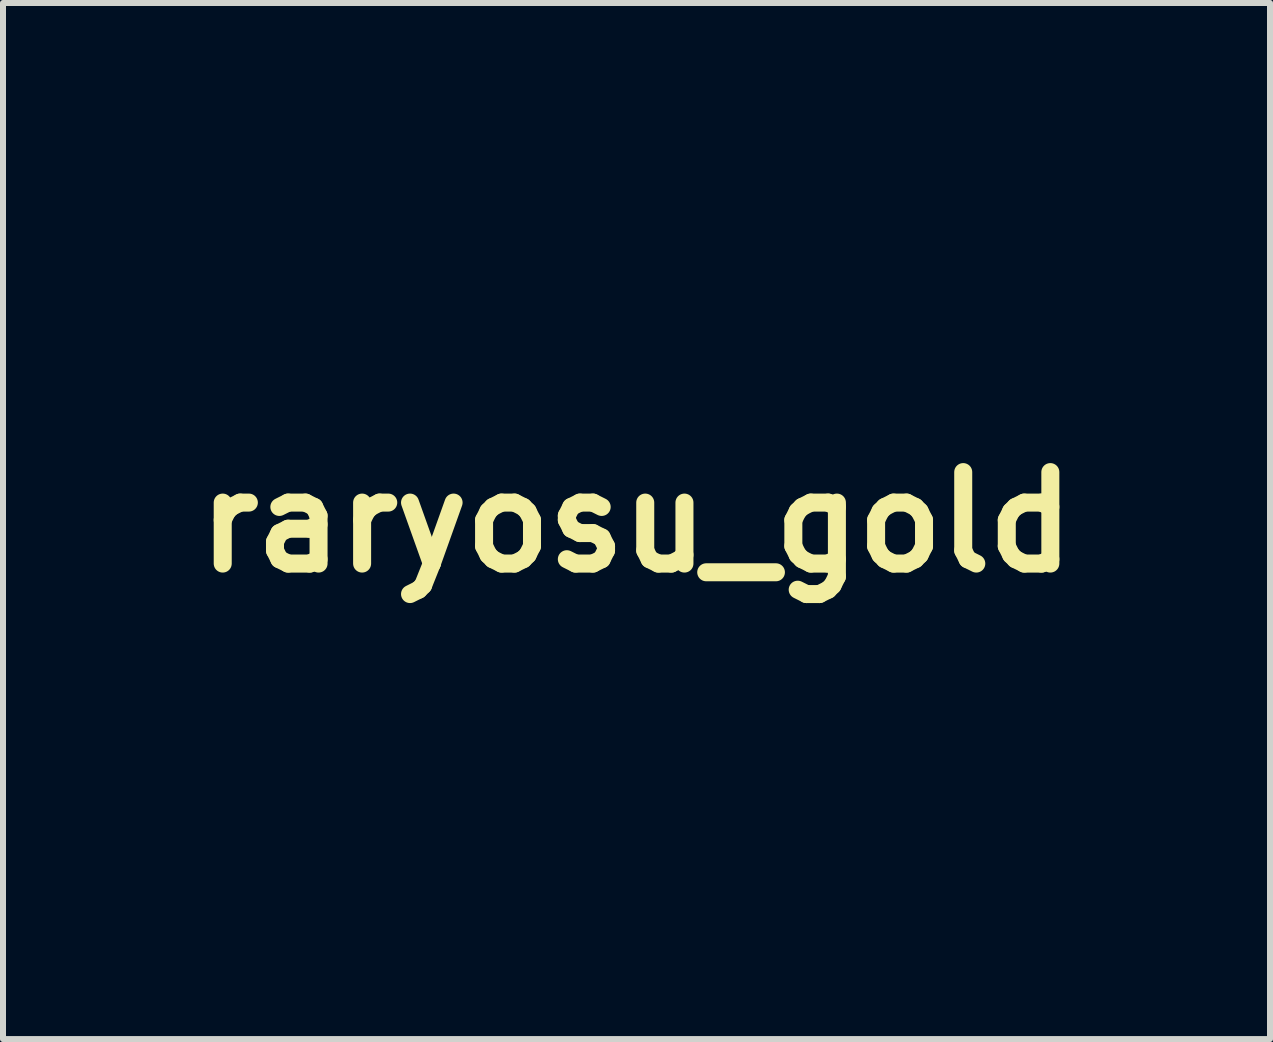
<source format=kicad_pcb>
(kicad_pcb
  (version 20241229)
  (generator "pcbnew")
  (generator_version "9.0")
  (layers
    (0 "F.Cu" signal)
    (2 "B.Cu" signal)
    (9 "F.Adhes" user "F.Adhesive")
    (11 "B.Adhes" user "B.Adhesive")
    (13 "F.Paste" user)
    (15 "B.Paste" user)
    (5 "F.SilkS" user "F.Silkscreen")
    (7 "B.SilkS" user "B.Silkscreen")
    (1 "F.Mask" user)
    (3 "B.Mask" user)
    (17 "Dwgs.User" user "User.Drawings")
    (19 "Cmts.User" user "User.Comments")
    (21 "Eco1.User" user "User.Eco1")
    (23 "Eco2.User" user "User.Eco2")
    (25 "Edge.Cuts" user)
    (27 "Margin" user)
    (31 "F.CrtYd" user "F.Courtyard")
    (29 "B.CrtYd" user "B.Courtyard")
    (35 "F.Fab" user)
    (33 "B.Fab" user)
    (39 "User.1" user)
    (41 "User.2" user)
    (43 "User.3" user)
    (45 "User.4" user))
  (footprint "raryosu_gold"
    (layer "F.Cu")
    (at 7.555 5.65)
    (property "Reference" "raryosu_gold" (at 0 0 0) (layer "F.SilkS") (effects (font (size 1.524 1.524) (thickness 0.3))))
    (attr through_hole)
    (fp_poly (pts (xy 1.714 1.137) (xy 1.898 1.157) (xy 2.107 1.188) (xy 2.327 1.228) (xy 2.549 1.274) (xy 2.759 1.323) (xy 2.946 1.374) (xy 3.098 1.423) (xy 3.189 1.461) (xy 3.3 1.527) (xy 3.375 1.603) (xy 3.41 1.657) (xy 3.452 1.755) (xy 3.498 1.893) (xy 3.545 2.059) (xy 3.588 2.237) (xy 3.624 2.412) (xy 3.649 2.571) (xy 3.657 2.646) (xy 3.664 2.785) (xy 3.657 2.905) (xy 3.631 3.016) (xy 3.582 3.128) (xy 3.506 3.252) (xy 3.4 3.396) (xy 3.259 3.568) (xy 3.17 3.68) (xy 3.115 3.759) (xy 3.09 3.814) (xy 3.09 3.85) (xy 3.11 3.951) (xy 3.122 4.08) (xy 3.125 4.215) (xy 3.118 4.333) (xy 3.108 4.389) (xy 3.036 4.56) (xy 2.921 4.718) (xy 2.812 4.817) (xy 2.745 4.863) (xy 2.64 4.927) (xy 2.51 5.003) (xy 2.367 5.083) (xy 2.314 5.112) (xy 1.933 5.317) (xy 1.51 5.319) (xy 1.087 5.321) (xy 0.875 5.44) (xy 0.755 5.504) (xy 0.659 5.541) (xy 0.568 5.554) (xy 0.463 5.546) (xy 0.325 5.519) (xy 0.306 5.515) (xy 0.208 5.494) (xy 0.133 5.484) (xy 0.062 5.488) (xy -0.026 5.504) (xy -0.137 5.531) (xy -0.333 5.572) (xy -0.531 5.597) (xy -0.714 5.606) (xy -0.866 5.596) (xy -0.917 5.587) (xy -1.002 5.563) (xy -1.115 5.527) (xy -1.228 5.489) (xy -1.362 5.447) (xy -1.511 5.411) (xy -1.619 5.392) (xy -1.768 5.361) (xy -1.892 5.308) (xy -2.004 5.224) (xy -2.118 5.101) (xy -2.183 5.016) (xy -2.267 4.909) (xy -2.354 4.806) (xy -2.429 4.727) (xy -2.445 4.713) (xy -2.48 4.682) (xy -2.516 4.652) (xy -2.557 4.62) (xy -2.61 4.582) (xy -2.68 4.533) (xy -2.694 4.524) (xy -1.197 4.524) (xy -1.185 4.634) (xy -1.145 4.71) (xy -1.112 4.742) (xy -1.071 4.768) (xy -1.015 4.789) (xy -0.938 4.807) (xy -0.834 4.823) (xy -0.696 4.838) (xy -0.518 4.853) (xy -0.294 4.869) (xy -0.15 4.878) (xy -0.086 4.875) (xy 0.006 4.862) (xy 0.055 4.852) (xy 0.203 4.793) (xy 0.334 4.689) (xy 0.438 4.551) (xy 0.496 4.415) (xy 0.52 4.286) (xy 0.504 4.185) (xy 0.443 4.1) (xy 0.386 4.053) (xy 0.341 4.025) (xy 0.288 4.007) (xy 0.213 3.999) (xy 0.103 3.997) (xy 0.033 3.997) (xy -0.107 4.003) (xy -0.269 4.014) (xy -0.44 4.031) (xy -0.609 4.051) (xy -0.762 4.072) (xy -0.889 4.095) (xy -0.976 4.115) (xy -0.997 4.124) (xy -1.076 4.186) (xy -1.138 4.284) (xy -1.179 4.402) (xy -1.197 4.524) (xy -2.694 4.524) (xy -2.774 4.471) (xy -2.896 4.389) (xy -3.054 4.286) (xy -3.252 4.156) (xy -3.278 4.14) (xy -3.494 3.991) (xy -3.693 3.84) (xy -3.867 3.693) (xy -4.009 3.557) (xy -4.113 3.436) (xy -4.163 3.359) (xy -4.203 3.253) (xy -4.21 3.146) (xy -4.182 3.025) (xy -4.172 3.003) (xy -2.822 3.003) (xy -2.794 3.082) (xy -2.711 3.153) (xy -2.572 3.216) (xy -2.486 3.244) (xy -2.384 3.273) (xy -2.247 3.314) (xy -2.092 3.359) (xy -1.947 3.403) (xy -1.563 3.511) (xy -1.224 3.592) (xy -0.932 3.646) (xy -0.79 3.665) (xy -0.636 3.677) (xy -0.449 3.685) (xy -0.244 3.69) (xy -0.034 3.692) (xy 0.168 3.69) (xy 0.348 3.684) (xy 0.493 3.675) (xy 0.55 3.668) (xy 0.746 3.634) (xy 0.959 3.586) (xy 1.18 3.528) (xy 1.399 3.462) (xy 1.604 3.392) (xy 1.784 3.322) (xy 1.93 3.255) (xy 2.028 3.196) (xy 2.129 3.091) (xy 2.184 2.96) (xy 2.194 2.796) (xy 2.191 2.758) (xy 2.146 2.56) (xy 2.055 2.392) (xy 1.916 2.251) (xy 1.727 2.136) (xy 1.709 2.127) (xy 1.6 2.082) (xy 1.514 2.064) (xy 1.426 2.071) (xy 1.351 2.089) (xy 1.235 2.141) (xy 1.152 2.216) (xy 1.107 2.305) (xy 1.104 2.397) (xy 1.147 2.481) (xy 1.185 2.516) (xy 1.252 2.584) (xy 1.266 2.645) (xy 1.227 2.696) (xy 1.192 2.713) (xy 1.139 2.728) (xy 1.041 2.75) (xy 0.91 2.777) (xy 0.758 2.805) (xy 0.663 2.822) (xy 0.49 2.854) (xy 0.318 2.888) (xy 0.162 2.921) (xy 0.039 2.95) (xy 0.001 2.96) (xy -0.139 2.996) (xy -0.257 3.016) (xy -0.363 3.016) (xy -0.468 2.994) (xy -0.583 2.948) (xy -0.717 2.874) (xy -0.882 2.771) (xy -0.966 2.716) (xy -1.221 2.56) (xy -1.453 2.446) (xy -1.671 2.37) (xy -1.884 2.329) (xy -1.979 2.321) (xy -2.124 2.318) (xy -2.246 2.326) (xy -2.322 2.34) (xy -2.417 2.393) (xy -2.52 2.483) (xy -2.622 2.599) (xy -2.712 2.726) (xy -2.781 2.852) (xy -2.818 2.963) (xy -2.822 3.003) (xy -4.172 3.003) (xy -4.118 2.877) (xy -4.094 2.832) (xy -3.895 2.517) (xy -3.656 2.238) (xy -3.38 2) (xy -3.072 1.807) (xy -3.053 1.797) (xy -2.754 1.659) (xy -2.446 1.547) (xy -2.142 1.465) (xy -1.854 1.416) (xy -1.643 1.402) (xy -1.573 1.403) (xy -1.514 1.407) (xy -1.456 1.417) (xy -1.391 1.438) (xy -1.31 1.472) (xy -1.204 1.522) (xy -1.064 1.592) (xy -0.916 1.667) (xy -0.711 1.771) (xy -0.547 1.849) (xy -0.415 1.902) (xy -0.306 1.931) (xy -0.21 1.937) (xy -0.119 1.92) (xy -0.024 1.882) (xy 0.085 1.822) (xy 0.201 1.752) (xy 0.466 1.59) (xy 0.69 1.457) (xy 0.88 1.352) (xy 1.04 1.27) (xy 1.178 1.21) (xy 1.298 1.168) (xy 1.407 1.143) (xy 1.51 1.131) (xy 1.566 1.13) (xy 1.714 1.137)) (stroke (width 0.01) (type solid)) (fill yes) (layer "F.Mask"))
    (fp_poly (pts (xy -2.71 -5.633) (xy -2.412 -5.597) (xy -2.371 -5.591) (xy -1.922 -5.494) (xy -1.521 -5.367) (xy -1.167 -5.209) (xy -0.86 -5.022) (xy -0.602 -4.804) (xy -0.391 -4.557) (xy -0.307 -4.428) (xy -0.249 -4.334) (xy -0.201 -4.274) (xy -0.149 -4.242) (xy -0.08 -4.236) (xy 0.019 -4.251) (xy 0.149 -4.279) (xy 0.317 -4.322) (xy 0.445 -4.368) (xy 0.546 -4.425) (xy 0.637 -4.502) (xy 0.732 -4.608) (xy 0.739 -4.618) (xy 0.935 -4.826) (xy 1.165 -5.02) (xy 1.415 -5.19) (xy 1.67 -5.327) (xy 1.876 -5.407) (xy 2.13 -5.464) (xy 2.391 -5.476) (xy 2.67 -5.441) (xy 2.705 -5.434) (xy 3.073 -5.335) (xy 3.426 -5.198) (xy 3.757 -5.028) (xy 4.059 -4.829) (xy 4.323 -4.607) (xy 4.542 -4.365) (xy 4.587 -4.304) (xy 4.711 -4.131) (xy 4.937 -4.101) (xy 5.113 -4.067) (xy 5.272 -4.016) (xy 5.322 -3.993) (xy 5.414 -3.943) (xy 5.484 -3.885) (xy 5.551 -3.803) (xy 5.605 -3.724) (xy 5.669 -3.632) (xy 5.728 -3.56) (xy 5.772 -3.521) (xy 5.779 -3.518) (xy 5.871 -3.495) (xy 5.994 -3.465) (xy 6.132 -3.433) (xy 6.272 -3.401) (xy 6.399 -3.374) (xy 6.498 -3.353) (xy 6.552 -3.343) (xy 6.643 -3.317) (xy 6.724 -3.275) (xy 6.726 -3.273) (xy 6.788 -3.198) (xy 6.839 -3.091) (xy 6.875 -2.965) (xy 6.894 -2.837) (xy 6.893 -2.721) (xy 6.87 -2.632) (xy 6.85 -2.605) (xy 6.79 -2.573) (xy 6.691 -2.559) (xy 6.549 -2.564) (xy 6.36 -2.586) (xy 6.122 -2.627) (xy 6.068 -2.638) (xy 5.909 -2.667) (xy 5.774 -2.688) (xy 5.644 -2.701) (xy 5.502 -2.708) (xy 5.332 -2.71) (xy 5.207 -2.709) (xy 5.042 -2.708) (xy 4.891 -2.709) (xy 4.766 -2.71) (xy 4.678 -2.713) (xy 4.645 -2.715) (xy 4.599 -2.715) (xy 4.563 -2.697) (xy 4.524 -2.651) (xy 4.472 -2.568) (xy 4.456 -2.541) (xy 4.337 -2.357) (xy 4.215 -2.205) (xy 4.095 -2.093) (xy 3.996 -2.031) (xy 3.863 -1.988) (xy 3.686 -1.949) (xy 3.474 -1.916) (xy 3.24 -1.89) (xy 2.995 -1.871) (xy 2.749 -1.86) (xy 2.514 -1.857) (xy 2.302 -1.864) (xy 2.123 -1.882) (xy 2.025 -1.9) (xy 1.787 -1.981) (xy 1.543 -2.107) (xy 1.303 -2.267) (xy 1.08 -2.454) (xy 0.886 -2.659) (xy 0.741 -2.857) (xy 0.641 -3.02) (xy 0.455 -3.02) (xy 0.271 -3.011) (xy 0.087 -2.989) (xy -0.087 -2.955) (xy -0.238 -2.912) (xy -0.356 -2.864) (xy -0.424 -2.816) (xy -0.473 -2.745) (xy -0.509 -2.659) (xy -0.528 -2.578) (xy -0.523 -2.519) (xy -0.516 -2.509) (xy -0.478 -2.496) (xy -0.395 -2.495) (xy -0.263 -2.504) (xy -0.166 -2.513) (xy 0.031 -2.529) (xy 0.184 -2.528) (xy 0.303 -2.509) (xy 0.398 -2.47) (xy 0.453 -2.431) (xy 0.506 -2.354) (xy 0.53 -2.234) (xy 0.527 -2.078) (xy 0.496 -1.892) (xy 0.483 -1.84) (xy 0.457 -1.727) (xy 0.44 -1.614) (xy 0.429 -1.485) (xy 0.424 -1.325) (xy 0.423 -1.19) (xy 0.423 -1.033) (xy 0.42 -0.912) (xy 0.412 -0.811) (xy 0.398 -0.716) (xy 0.374 -0.611) (xy 0.339 -0.481) (xy 0.293 -0.321) (xy 0.241 -0.139) (xy 0.204 0.006) (xy 0.178 0.131) (xy 0.161 0.252) (xy 0.149 0.387) (xy 0.142 0.508) (xy 0.134 0.652) (xy 0.124 0.778) (xy 0.114 0.873) (xy 0.105 0.927) (xy 0.103 0.932) (xy 0.05 0.994) (xy -0.046 1.036) (xy -0.19 1.061) (xy -0.254 1.065) (xy -0.375 1.069) (xy -0.461 1.061) (xy -0.535 1.038) (xy -0.593 1.011) (xy -0.698 0.938) (xy -0.771 0.839) (xy -0.782 0.818) (xy -0.831 0.685) (xy -0.872 0.501) (xy -0.904 0.273) (xy -0.927 0.007) (xy -0.941 -0.292) (xy -0.944 -0.494) (xy -0.945 -1.03) (xy -0.822 -1.227) (xy -0.725 -1.399) (xy -0.651 -1.566) (xy -0.606 -1.715) (xy -0.593 -1.818) (xy -0.608 -1.912) (xy -0.648 -2.011) (xy -0.701 -2.093) (xy -0.738 -2.127) (xy -0.774 -2.133) (xy -0.835 -2.121) (xy -0.929 -2.087) (xy -1.065 -2.029) (xy -1.08 -2.023) (xy -1.323 -1.927) (xy -1.582 -1.848) (xy -1.697 -1.82) (xy -1.829 -1.787) (xy -1.998 -1.74) (xy -2.19 -1.683) (xy -2.389 -1.621) (xy -2.568 -1.562) (xy -2.771 -1.494) (xy -2.932 -1.443) (xy -3.061 -1.407) (xy -3.167 -1.383) (xy -3.263 -1.369) (xy -3.352 -1.361) (xy -3.472 -1.356) (xy -3.558 -1.36) (xy -3.63 -1.376) (xy -3.71 -1.41) (xy -3.761 -1.435) (xy -3.943 -1.541) (xy -4.114 -1.671) (xy -4.269 -1.817) (xy -4.399 -1.97) (xy -4.497 -2.123) (xy -4.557 -2.267) (xy -4.572 -2.367) (xy -4.58 -2.424) (xy -4.598 -2.504) (xy -4.602 -2.519) (xy -4.628 -2.589) (xy -4.663 -2.619) (xy -4.708 -2.625) (xy -4.801 -2.606) (xy -4.883 -2.545) (xy -4.964 -2.436) (xy -4.982 -2.406) (xy -5.088 -2.253) (xy -5.219 -2.108) (xy -5.361 -1.989) (xy -5.458 -1.928) (xy -5.595 -1.878) (xy -5.785 -1.841) (xy -6.024 -1.818) (xy -6.311 -1.807) (xy -6.362 -1.807) (xy -6.538 -1.814) (xy -6.673 -1.841) (xy -6.782 -1.894) (xy -6.881 -1.981) (xy -6.974 -2.096) (xy -7.039 -2.189) (xy -7.092 -2.272) (xy -7.122 -2.329) (xy -7.123 -2.334) (xy -7.122 -2.386) (xy -7.104 -2.479) (xy -7.072 -2.6) (xy -7.03 -2.737) (xy -6.981 -2.878) (xy -6.93 -3.012) (xy -6.88 -3.127) (xy -6.877 -3.133) (xy -6.816 -3.26) (xy -6.576 -3.266) (xy -6.389 -3.275) (xy -6.193 -3.289) (xy -5.995 -3.309) (xy -5.805 -3.333) (xy -5.631 -3.359) (xy -5.481 -3.386) (xy -5.363 -3.414) (xy -5.286 -3.44) (xy -5.258 -3.461) (xy -5.256 -3.507) (xy -5.264 -3.59) (xy -5.28 -3.683) (xy -5.298 -3.793) (xy -5.299 -3.823) (xy -3.647 -3.823) (xy -3.638 -3.678) (xy -3.585 -3.526) (xy -3.487 -3.375) (xy -3.433 -3.314) (xy -3.285 -3.161) (xy -2.934 -3.161) (xy -2.741 -3.166) (xy -2.567 -3.179) (xy -2.429 -3.199) (xy -2.401 -3.204) (xy -2.248 -3.254) (xy -2.093 -3.328) (xy -1.954 -3.416) (xy -1.847 -3.508) (xy -1.822 -3.537) (xy -1.753 -3.67) (xy -1.729 -3.816) (xy -1.745 -3.926) (xy -1.747 -3.93) (xy 2.008 -3.93) (xy 2.01 -3.842) (xy 2.011 -3.832) (xy 2.029 -3.737) (xy 2.061 -3.66) (xy 2.075 -3.64) (xy 2.168 -3.575) (xy 2.293 -3.539) (xy 2.432 -3.534) (xy 2.568 -3.561) (xy 2.639 -3.592) (xy 2.746 -3.678) (xy 2.817 -3.787) (xy 2.849 -3.908) (xy 2.84 -4.027) (xy 2.785 -4.132) (xy 2.768 -4.151) (xy 2.714 -4.198) (xy 2.659 -4.223) (xy 2.583 -4.232) (xy 2.513 -4.233) (xy 2.343 -4.219) (xy 2.211 -4.174) (xy 2.105 -4.093) (xy 2.077 -4.062) (xy 2.028 -3.994) (xy 2.008 -3.93) (xy -1.747 -3.93) (xy -1.818 -4.14) (xy -1.895 -4.301) (xy -1.976 -4.41) (xy -2.066 -4.471) (xy -2.149 -4.487) (xy -2.215 -4.476) (xy -2.314 -4.445) (xy -2.426 -4.401) (xy -2.455 -4.389) (xy -2.564 -4.343) (xy -2.659 -4.308) (xy -2.725 -4.291) (xy -2.736 -4.29) (xy -2.826 -4.282) (xy -2.95 -4.263) (xy -3.09 -4.235) (xy -3.227 -4.203) (xy -3.343 -4.171) (xy -3.407 -4.148) (xy -3.531 -4.065) (xy -3.611 -3.955) (xy -3.647 -3.823) (xy -5.299 -3.823) (xy -5.301 -3.875) (xy -5.287 -3.955) (xy -5.269 -4.015) (xy -5.174 -4.237) (xy -5.025 -4.474) (xy -4.822 -4.725) (xy -4.776 -4.776) (xy -4.677 -4.886) (xy -4.61 -4.965) (xy -4.571 -5.022) (xy -4.552 -5.069) (xy -4.548 -5.114) (xy -4.549 -5.129) (xy -4.545 -5.202) (xy -4.514 -5.259) (xy -4.461 -5.309) (xy -4.306 -5.408) (xy -4.106 -5.492) (xy -3.868 -5.559) (xy -3.601 -5.607) (xy -3.314 -5.637) (xy -3.014 -5.645) (xy -2.71 -5.633)) (stroke (width 0.01) (type solid)) (fill yes) (layer "F.Mask")))
  (gr_rect
    (start -3 -3)
    (end 18.109 14.261)
    (stroke (width 0.1) (type default))
    (fill no)
    (layer "Edge.Cuts")))
</source>
